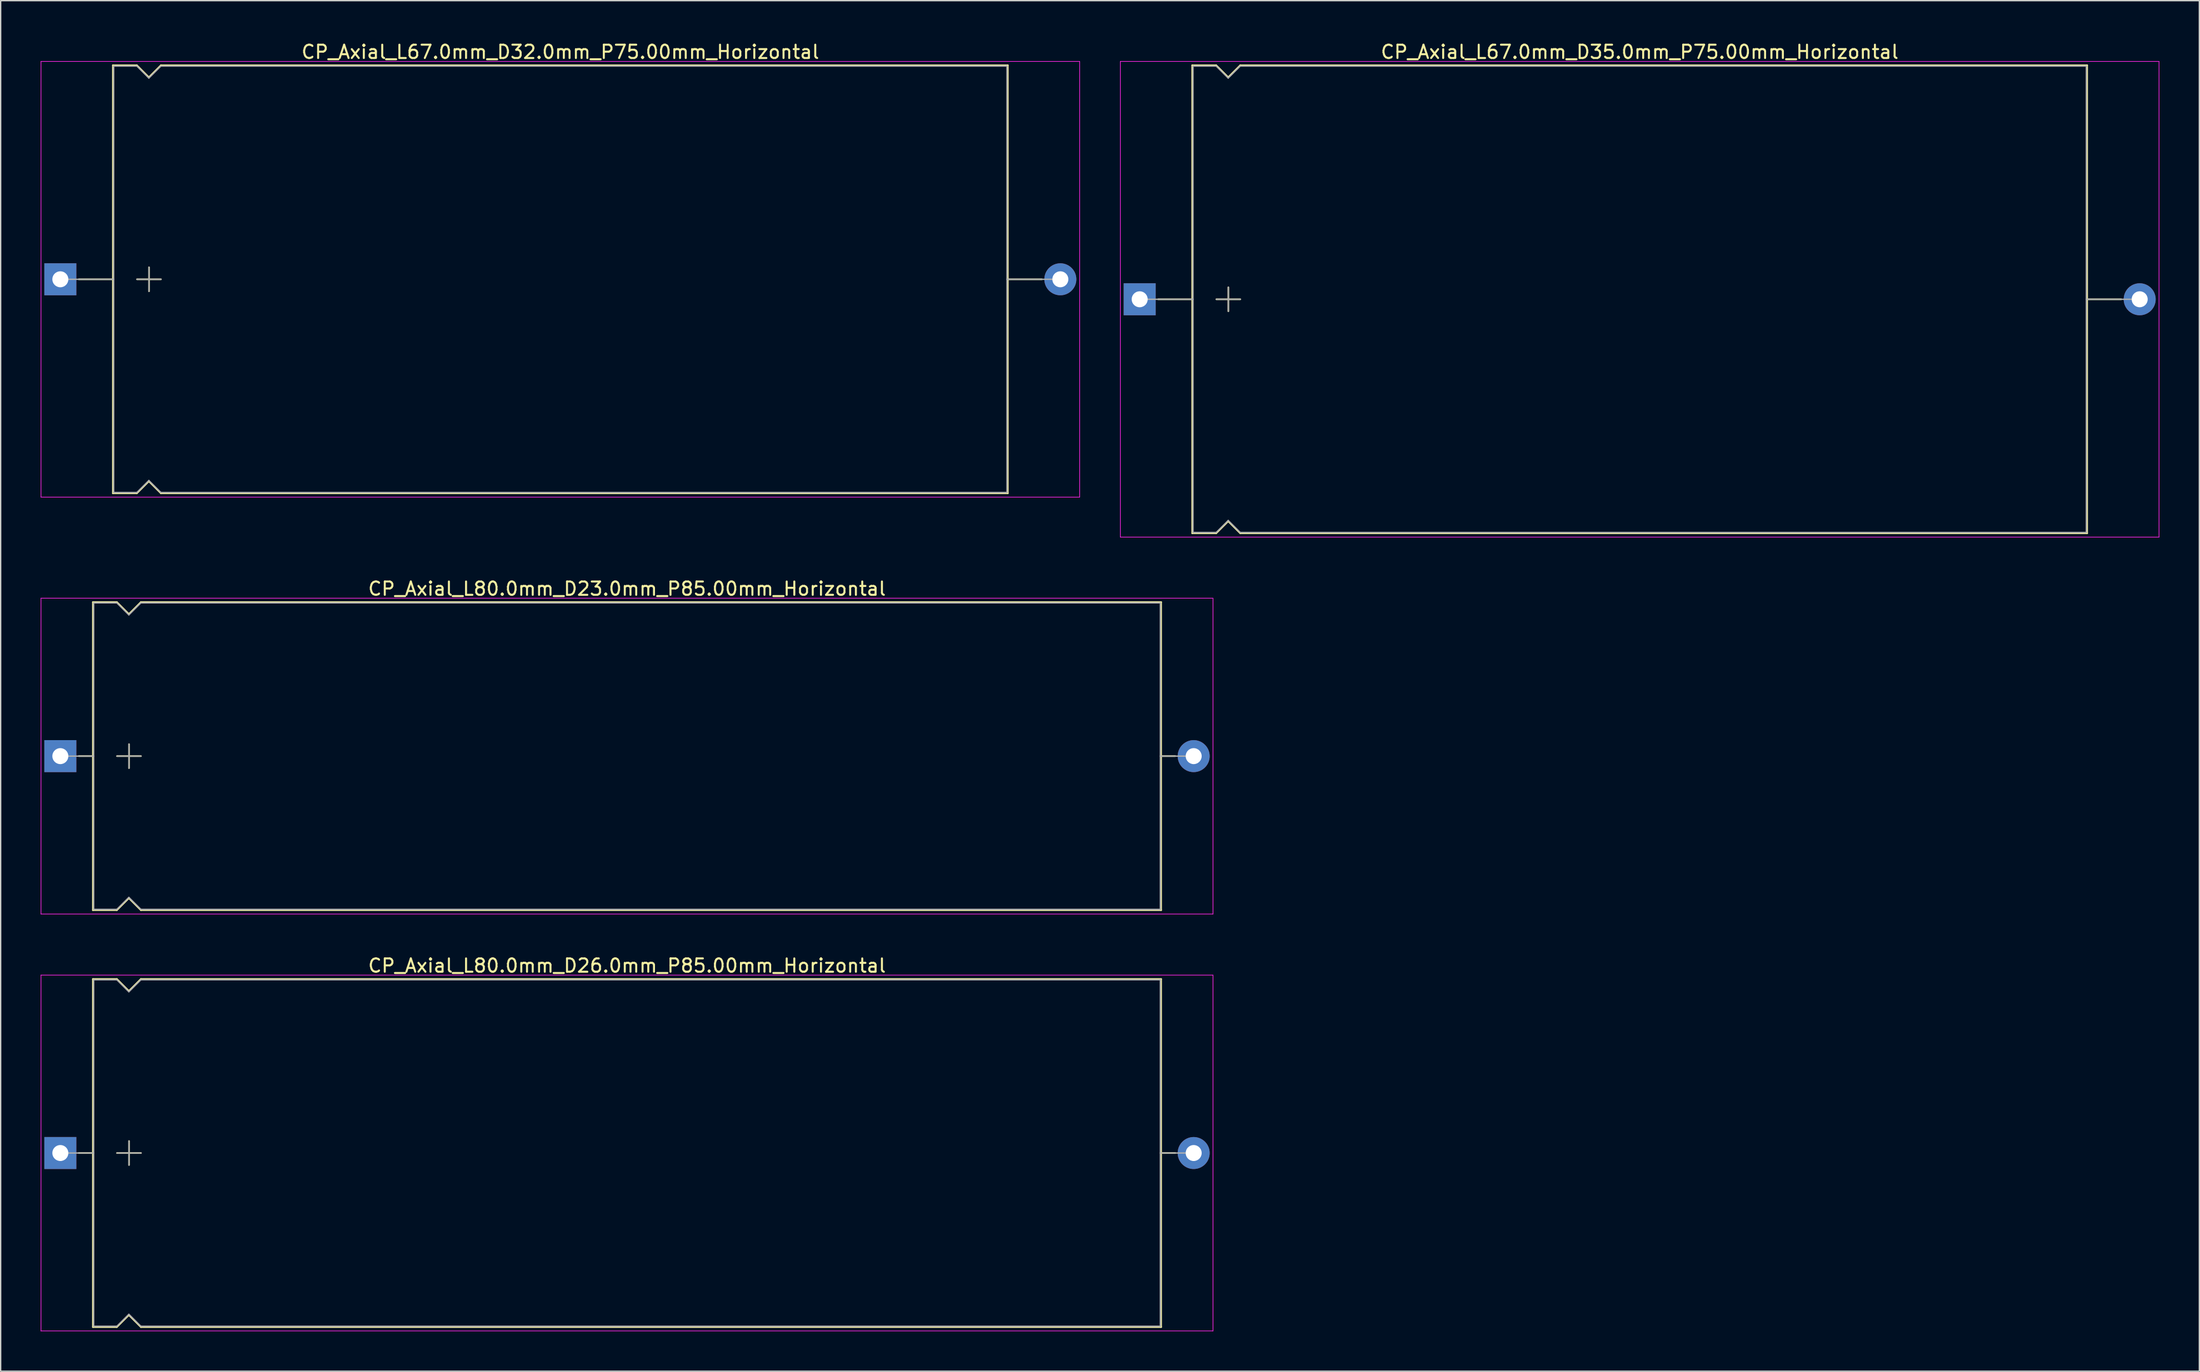
<source format=kicad_pcb>
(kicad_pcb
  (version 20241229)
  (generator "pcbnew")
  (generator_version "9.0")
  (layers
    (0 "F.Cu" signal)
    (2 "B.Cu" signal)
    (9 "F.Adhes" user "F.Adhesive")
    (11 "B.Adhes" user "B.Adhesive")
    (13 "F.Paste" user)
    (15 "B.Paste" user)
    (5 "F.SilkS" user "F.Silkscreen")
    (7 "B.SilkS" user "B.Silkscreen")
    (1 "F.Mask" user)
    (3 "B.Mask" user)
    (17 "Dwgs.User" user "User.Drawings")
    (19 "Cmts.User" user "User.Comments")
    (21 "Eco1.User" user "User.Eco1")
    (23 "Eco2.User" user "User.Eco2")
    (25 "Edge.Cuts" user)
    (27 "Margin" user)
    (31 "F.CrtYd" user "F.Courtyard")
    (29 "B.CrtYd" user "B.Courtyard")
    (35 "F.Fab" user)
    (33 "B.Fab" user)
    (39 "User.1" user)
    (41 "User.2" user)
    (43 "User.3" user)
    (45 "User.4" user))
  (footprint "CP_Axial_L67.0mm_D32.0mm_P75.00mm_Horizontal"
    (layer "F.Cu")
    (at 1.475 17.908)
    (property "Reference" "CP_Axial_L67.0mm_D32.0mm_P75.00mm_Horizontal" (at 37.5 -17.06 0) (layer "F.SilkS") (effects (font (size 1 1) (thickness 0.15))))
    (attr through_hole)
    (fp_line (start 1.38 0) (end 3.94 0) (stroke (width 0.12) (type solid)) (layer "F.SilkS"))
    (fp_line (start 3.94 -16.06) (end 3.94 16.06) (stroke (width 0.12) (type solid)) (layer "F.SilkS"))
    (fp_line (start 3.94 -16.06) (end 5.74 -16.06) (stroke (width 0.12) (type solid)) (layer "F.SilkS"))
    (fp_line (start 3.94 16.06) (end 5.74 16.06) (stroke (width 0.12) (type solid)) (layer "F.SilkS"))
    (fp_line (start 5.74 -16.06) (end 6.64 -15.16) (stroke (width 0.12) (type solid)) (layer "F.SilkS"))
    (fp_line (start 5.74 16.06) (end 6.64 15.16) (stroke (width 0.12) (type solid)) (layer "F.SilkS"))
    (fp_line (start 5.75 0) (end 7.55 0) (stroke (width 0.12) (type solid)) (layer "F.SilkS"))
    (fp_line (start 6.64 -15.16) (end 7.54 -16.06) (stroke (width 0.12) (type solid)) (layer "F.SilkS"))
    (fp_line (start 6.64 15.16) (end 7.54 16.06) (stroke (width 0.12) (type solid)) (layer "F.SilkS"))
    (fp_line (start 6.65 -0.9) (end 6.65 0.9) (stroke (width 0.12) (type solid)) (layer "F.SilkS"))
    (fp_line (start 7.54 -16.06) (end 71.06 -16.06) (stroke (width 0.12) (type solid)) (layer "F.SilkS"))
    (fp_line (start 7.54 16.06) (end 71.06 16.06) (stroke (width 0.12) (type solid)) (layer "F.SilkS"))
    (fp_line (start 71.06 -16.06) (end 71.06 16.06) (stroke (width 0.12) (type solid)) (layer "F.SilkS"))
    (fp_line (start 73.62 0) (end 71.06 0) (stroke (width 0.12) (type solid)) (layer "F.SilkS"))
    (fp_line (start -1.45 -16.35) (end -1.45 16.35) (stroke (width 0.05) (type solid)) (layer "F.CrtYd"))
    (fp_line (start -1.45 16.35) (end 76.45 16.35) (stroke (width 0.05) (type solid)) (layer "F.CrtYd"))
    (fp_line (start 76.45 -16.35) (end -1.45 -16.35) (stroke (width 0.05) (type solid)) (layer "F.CrtYd"))
    (fp_line (start 76.45 16.35) (end 76.45 -16.35) (stroke (width 0.05) (type solid)) (layer "F.CrtYd"))
    (fp_line (start 0 0) (end 4 0) (stroke (width 0.1) (type solid)) (layer "F.Fab"))
    (fp_line (start 4 -16) (end 4 16) (stroke (width 0.1) (type solid)) (layer "F.Fab"))
    (fp_line (start 4 -16) (end 5.74 -16) (stroke (width 0.1) (type solid)) (layer "F.Fab"))
    (fp_line (start 4 16) (end 5.74 16) (stroke (width 0.1) (type solid)) (layer "F.Fab"))
    (fp_line (start 5.74 -16) (end 6.64 -15.1) (stroke (width 0.1) (type solid)) (layer "F.Fab"))
    (fp_line (start 5.74 16) (end 6.64 15.1) (stroke (width 0.1) (type solid)) (layer "F.Fab"))
    (fp_line (start 5.75 0) (end 7.55 0) (stroke (width 0.1) (type solid)) (layer "F.Fab"))
    (fp_line (start 6.64 -15.1) (end 7.54 -16) (stroke (width 0.1) (type solid)) (layer "F.Fab"))
    (fp_line (start 6.64 15.1) (end 7.54 16) (stroke (width 0.1) (type solid)) (layer "F.Fab"))
    (fp_line (start 6.65 -0.9) (end 6.65 0.9) (stroke (width 0.1) (type solid)) (layer "F.Fab"))
    (fp_line (start 7.54 -16) (end 71 -16) (stroke (width 0.1) (type solid)) (layer "F.Fab"))
    (fp_line (start 7.54 16) (end 71 16) (stroke (width 0.1) (type solid)) (layer "F.Fab"))
    (fp_line (start 71 -16) (end 71 16) (stroke (width 0.1) (type solid)) (layer "F.Fab"))
    (fp_line (start 75 0) (end 71 0) (stroke (width 0.1) (type solid)) (layer "F.Fab"))
    (pad "1" thru_hole rect (at 0 0) (size 2.4 2.4) (drill 1.2) (layers "*.Cu" "*.Mask"))
    (pad "2" thru_hole oval (at 75 0) (size 2.4 2.4) (drill 1.2) (layers "*.Cu" "*.Mask")))
  (footprint "CP_Axial_L67.0mm_D35.0mm_P75.00mm_Horizontal"
    (layer "F.Cu")
    (at 82.425 19.408)
    (property "Reference" "CP_Axial_L67.0mm_D35.0mm_P75.00mm_Horizontal" (at 37.5 -18.56 0) (layer "F.SilkS") (effects (font (size 1 1) (thickness 0.15))))
    (attr through_hole)
    (fp_line (start 1.38 0) (end 3.94 0) (stroke (width 0.12) (type solid)) (layer "F.SilkS"))
    (fp_line (start 3.94 -17.56) (end 3.94 17.56) (stroke (width 0.12) (type solid)) (layer "F.SilkS"))
    (fp_line (start 3.94 -17.56) (end 5.74 -17.56) (stroke (width 0.12) (type solid)) (layer "F.SilkS"))
    (fp_line (start 3.94 17.56) (end 5.74 17.56) (stroke (width 0.12) (type solid)) (layer "F.SilkS"))
    (fp_line (start 5.74 -17.56) (end 6.64 -16.66) (stroke (width 0.12) (type solid)) (layer "F.SilkS"))
    (fp_line (start 5.74 17.56) (end 6.64 16.66) (stroke (width 0.12) (type solid)) (layer "F.SilkS"))
    (fp_line (start 5.75 0) (end 7.55 0) (stroke (width 0.12) (type solid)) (layer "F.SilkS"))
    (fp_line (start 6.64 -16.66) (end 7.54 -17.56) (stroke (width 0.12) (type solid)) (layer "F.SilkS"))
    (fp_line (start 6.64 16.66) (end 7.54 17.56) (stroke (width 0.12) (type solid)) (layer "F.SilkS"))
    (fp_line (start 6.65 -0.9) (end 6.65 0.9) (stroke (width 0.12) (type solid)) (layer "F.SilkS"))
    (fp_line (start 7.54 -17.56) (end 71.06 -17.56) (stroke (width 0.12) (type solid)) (layer "F.SilkS"))
    (fp_line (start 7.54 17.56) (end 71.06 17.56) (stroke (width 0.12) (type solid)) (layer "F.SilkS"))
    (fp_line (start 71.06 -17.56) (end 71.06 17.56) (stroke (width 0.12) (type solid)) (layer "F.SilkS"))
    (fp_line (start 73.62 0) (end 71.06 0) (stroke (width 0.12) (type solid)) (layer "F.SilkS"))
    (fp_line (start -1.45 -17.85) (end -1.45 17.85) (stroke (width 0.05) (type solid)) (layer "F.CrtYd"))
    (fp_line (start -1.45 17.85) (end 76.45 17.85) (stroke (width 0.05) (type solid)) (layer "F.CrtYd"))
    (fp_line (start 76.45 -17.85) (end -1.45 -17.85) (stroke (width 0.05) (type solid)) (layer "F.CrtYd"))
    (fp_line (start 76.45 17.85) (end 76.45 -17.85) (stroke (width 0.05) (type solid)) (layer "F.CrtYd"))
    (fp_line (start 0 0) (end 4 0) (stroke (width 0.1) (type solid)) (layer "F.Fab"))
    (fp_line (start 4 -17.5) (end 4 17.5) (stroke (width 0.1) (type solid)) (layer "F.Fab"))
    (fp_line (start 4 -17.5) (end 5.74 -17.5) (stroke (width 0.1) (type solid)) (layer "F.Fab"))
    (fp_line (start 4 17.5) (end 5.74 17.5) (stroke (width 0.1) (type solid)) (layer "F.Fab"))
    (fp_line (start 5.74 -17.5) (end 6.64 -16.6) (stroke (width 0.1) (type solid)) (layer "F.Fab"))
    (fp_line (start 5.74 17.5) (end 6.64 16.6) (stroke (width 0.1) (type solid)) (layer "F.Fab"))
    (fp_line (start 5.75 0) (end 7.55 0) (stroke (width 0.1) (type solid)) (layer "F.Fab"))
    (fp_line (start 6.64 -16.6) (end 7.54 -17.5) (stroke (width 0.1) (type solid)) (layer "F.Fab"))
    (fp_line (start 6.64 16.6) (end 7.54 17.5) (stroke (width 0.1) (type solid)) (layer "F.Fab"))
    (fp_line (start 6.65 -0.9) (end 6.65 0.9) (stroke (width 0.1) (type solid)) (layer "F.Fab"))
    (fp_line (start 7.54 -17.5) (end 71 -17.5) (stroke (width 0.1) (type solid)) (layer "F.Fab"))
    (fp_line (start 7.54 17.5) (end 71 17.5) (stroke (width 0.1) (type solid)) (layer "F.Fab"))
    (fp_line (start 71 -17.5) (end 71 17.5) (stroke (width 0.1) (type solid)) (layer "F.Fab"))
    (fp_line (start 75 0) (end 71 0) (stroke (width 0.1) (type solid)) (layer "F.Fab"))
    (pad "1" thru_hole rect (at 0 0) (size 2.4 2.4) (drill 1.2) (layers "*.Cu" "*.Mask"))
    (pad "2" thru_hole oval (at 75 0) (size 2.4 2.4) (drill 1.2) (layers "*.Cu" "*.Mask")))
  (footprint "CP_Axial_L80.0mm_D26.0mm_P85.00mm_Horizontal"
    (layer "F.Cu")
    (at 1.475 83.475)
    (property "Reference" "CP_Axial_L80.0mm_D26.0mm_P85.00mm_Horizontal" (at 42.5 -14.06 0) (layer "F.SilkS") (effects (font (size 1 1) (thickness 0.15))))
    (attr through_hole)
    (fp_line (start 1.38 0) (end 2.44 0) (stroke (width 0.12) (type solid)) (layer "F.SilkS"))
    (fp_line (start 2.44 -13.06) (end 2.44 13.06) (stroke (width 0.12) (type solid)) (layer "F.SilkS"))
    (fp_line (start 2.44 -13.06) (end 4.24 -13.06) (stroke (width 0.12) (type solid)) (layer "F.SilkS"))
    (fp_line (start 2.44 13.06) (end 4.24 13.06) (stroke (width 0.12) (type solid)) (layer "F.SilkS"))
    (fp_line (start 4.24 -13.06) (end 5.14 -12.16) (stroke (width 0.12) (type solid)) (layer "F.SilkS"))
    (fp_line (start 4.24 13.06) (end 5.14 12.16) (stroke (width 0.12) (type solid)) (layer "F.SilkS"))
    (fp_line (start 4.25 0) (end 6.05 0) (stroke (width 0.12) (type solid)) (layer "F.SilkS"))
    (fp_line (start 5.14 -12.16) (end 6.04 -13.06) (stroke (width 0.12) (type solid)) (layer "F.SilkS"))
    (fp_line (start 5.14 12.16) (end 6.04 13.06) (stroke (width 0.12) (type solid)) (layer "F.SilkS"))
    (fp_line (start 5.15 -0.9) (end 5.15 0.9) (stroke (width 0.12) (type solid)) (layer "F.SilkS"))
    (fp_line (start 6.04 -13.06) (end 82.56 -13.06) (stroke (width 0.12) (type solid)) (layer "F.SilkS"))
    (fp_line (start 6.04 13.06) (end 82.56 13.06) (stroke (width 0.12) (type solid)) (layer "F.SilkS"))
    (fp_line (start 82.56 -13.06) (end 82.56 13.06) (stroke (width 0.12) (type solid)) (layer "F.SilkS"))
    (fp_line (start 83.62 0) (end 82.56 0) (stroke (width 0.12) (type solid)) (layer "F.SilkS"))
    (fp_line (start -1.45 -13.35) (end -1.45 13.35) (stroke (width 0.05) (type solid)) (layer "F.CrtYd"))
    (fp_line (start -1.45 13.35) (end 86.45 13.35) (stroke (width 0.05) (type solid)) (layer "F.CrtYd"))
    (fp_line (start 86.45 -13.35) (end -1.45 -13.35) (stroke (width 0.05) (type solid)) (layer "F.CrtYd"))
    (fp_line (start 86.45 13.35) (end 86.45 -13.35) (stroke (width 0.05) (type solid)) (layer "F.CrtYd"))
    (fp_line (start 0 0) (end 2.5 0) (stroke (width 0.1) (type solid)) (layer "F.Fab"))
    (fp_line (start 2.5 -13) (end 2.5 13) (stroke (width 0.1) (type solid)) (layer "F.Fab"))
    (fp_line (start 2.5 -13) (end 4.24 -13) (stroke (width 0.1) (type solid)) (layer "F.Fab"))
    (fp_line (start 2.5 13) (end 4.24 13) (stroke (width 0.1) (type solid)) (layer "F.Fab"))
    (fp_line (start 4.24 -13) (end 5.14 -12.1) (stroke (width 0.1) (type solid)) (layer "F.Fab"))
    (fp_line (start 4.24 13) (end 5.14 12.1) (stroke (width 0.1) (type solid)) (layer "F.Fab"))
    (fp_line (start 4.25 0) (end 6.05 0) (stroke (width 0.1) (type solid)) (layer "F.Fab"))
    (fp_line (start 5.14 -12.1) (end 6.04 -13) (stroke (width 0.1) (type solid)) (layer "F.Fab"))
    (fp_line (start 5.14 12.1) (end 6.04 13) (stroke (width 0.1) (type solid)) (layer "F.Fab"))
    (fp_line (start 5.15 -0.9) (end 5.15 0.9) (stroke (width 0.1) (type solid)) (layer "F.Fab"))
    (fp_line (start 6.04 -13) (end 82.5 -13) (stroke (width 0.1) (type solid)) (layer "F.Fab"))
    (fp_line (start 6.04 13) (end 82.5 13) (stroke (width 0.1) (type solid)) (layer "F.Fab"))
    (fp_line (start 82.5 -13) (end 82.5 13) (stroke (width 0.1) (type solid)) (layer "F.Fab"))
    (fp_line (start 85 0) (end 82.5 0) (stroke (width 0.1) (type solid)) (layer "F.Fab"))
    (pad "1" thru_hole rect (at 0 0) (size 2.4 2.4) (drill 1.2) (layers "*.Cu" "*.Mask"))
    (pad "2" thru_hole oval (at 85 0) (size 2.4 2.4) (drill 1.2) (layers "*.Cu" "*.Mask")))
  (footprint "CP_Axial_L80.0mm_D23.0mm_P85.00mm_Horizontal"
    (layer "F.Cu")
    (at 1.475 53.691)
    (property "Reference" "CP_Axial_L80.0mm_D23.0mm_P85.00mm_Horizontal" (at 42.5 -12.56 0) (layer "F.SilkS") (effects (font (size 1 1) (thickness 0.15))))
    (attr through_hole)
    (fp_line (start 1.38 0) (end 2.44 0) (stroke (width 0.12) (type solid)) (layer "F.SilkS"))
    (fp_line (start 2.44 -11.56) (end 2.44 11.56) (stroke (width 0.12) (type solid)) (layer "F.SilkS"))
    (fp_line (start 2.44 -11.56) (end 4.24 -11.56) (stroke (width 0.12) (type solid)) (layer "F.SilkS"))
    (fp_line (start 2.44 11.56) (end 4.24 11.56) (stroke (width 0.12) (type solid)) (layer "F.SilkS"))
    (fp_line (start 4.24 -11.56) (end 5.14 -10.66) (stroke (width 0.12) (type solid)) (layer "F.SilkS"))
    (fp_line (start 4.24 11.56) (end 5.14 10.66) (stroke (width 0.12) (type solid)) (layer "F.SilkS"))
    (fp_line (start 4.25 0) (end 6.05 0) (stroke (width 0.12) (type solid)) (layer "F.SilkS"))
    (fp_line (start 5.14 -10.66) (end 6.04 -11.56) (stroke (width 0.12) (type solid)) (layer "F.SilkS"))
    (fp_line (start 5.14 10.66) (end 6.04 11.56) (stroke (width 0.12) (type solid)) (layer "F.SilkS"))
    (fp_line (start 5.15 -0.9) (end 5.15 0.9) (stroke (width 0.12) (type solid)) (layer "F.SilkS"))
    (fp_line (start 6.04 -11.56) (end 82.56 -11.56) (stroke (width 0.12) (type solid)) (layer "F.SilkS"))
    (fp_line (start 6.04 11.56) (end 82.56 11.56) (stroke (width 0.12) (type solid)) (layer "F.SilkS"))
    (fp_line (start 82.56 -11.56) (end 82.56 11.56) (stroke (width 0.12) (type solid)) (layer "F.SilkS"))
    (fp_line (start 83.62 0) (end 82.56 0) (stroke (width 0.12) (type solid)) (layer "F.SilkS"))
    (fp_line (start -1.45 -11.85) (end -1.45 11.85) (stroke (width 0.05) (type solid)) (layer "F.CrtYd"))
    (fp_line (start -1.45 11.85) (end 86.45 11.85) (stroke (width 0.05) (type solid)) (layer "F.CrtYd"))
    (fp_line (start 86.45 -11.85) (end -1.45 -11.85) (stroke (width 0.05) (type solid)) (layer "F.CrtYd"))
    (fp_line (start 86.45 11.85) (end 86.45 -11.85) (stroke (width 0.05) (type solid)) (layer "F.CrtYd"))
    (fp_line (start 0 0) (end 2.5 0) (stroke (width 0.1) (type solid)) (layer "F.Fab"))
    (fp_line (start 2.5 -11.5) (end 2.5 11.5) (stroke (width 0.1) (type solid)) (layer "F.Fab"))
    (fp_line (start 2.5 -11.5) (end 4.24 -11.5) (stroke (width 0.1) (type solid)) (layer "F.Fab"))
    (fp_line (start 2.5 11.5) (end 4.24 11.5) (stroke (width 0.1) (type solid)) (layer "F.Fab"))
    (fp_line (start 4.24 -11.5) (end 5.14 -10.6) (stroke (width 0.1) (type solid)) (layer "F.Fab"))
    (fp_line (start 4.24 11.5) (end 5.14 10.6) (stroke (width 0.1) (type solid)) (layer "F.Fab"))
    (fp_line (start 4.25 0) (end 6.05 0) (stroke (width 0.1) (type solid)) (layer "F.Fab"))
    (fp_line (start 5.14 -10.6) (end 6.04 -11.5) (stroke (width 0.1) (type solid)) (layer "F.Fab"))
    (fp_line (start 5.14 10.6) (end 6.04 11.5) (stroke (width 0.1) (type solid)) (layer "F.Fab"))
    (fp_line (start 5.15 -0.9) (end 5.15 0.9) (stroke (width 0.1) (type solid)) (layer "F.Fab"))
    (fp_line (start 6.04 -11.5) (end 82.5 -11.5) (stroke (width 0.1) (type solid)) (layer "F.Fab"))
    (fp_line (start 6.04 11.5) (end 82.5 11.5) (stroke (width 0.1) (type solid)) (layer "F.Fab"))
    (fp_line (start 82.5 -11.5) (end 82.5 11.5) (stroke (width 0.1) (type solid)) (layer "F.Fab"))
    (fp_line (start 85 0) (end 82.5 0) (stroke (width 0.1) (type solid)) (layer "F.Fab"))
    (pad "1" thru_hole rect (at 0 0) (size 2.4 2.4) (drill 1.2) (layers "*.Cu" "*.Mask"))
    (pad "2" thru_hole oval (at 85 0) (size 2.4 2.4) (drill 1.2) (layers "*.Cu" "*.Mask")))
  (gr_rect
    (start -3 -3)
    (end 161.9 99.85)
    (stroke (width 0.1) (type default))
    (fill no)
    (layer "Edge.Cuts")))
</source>
